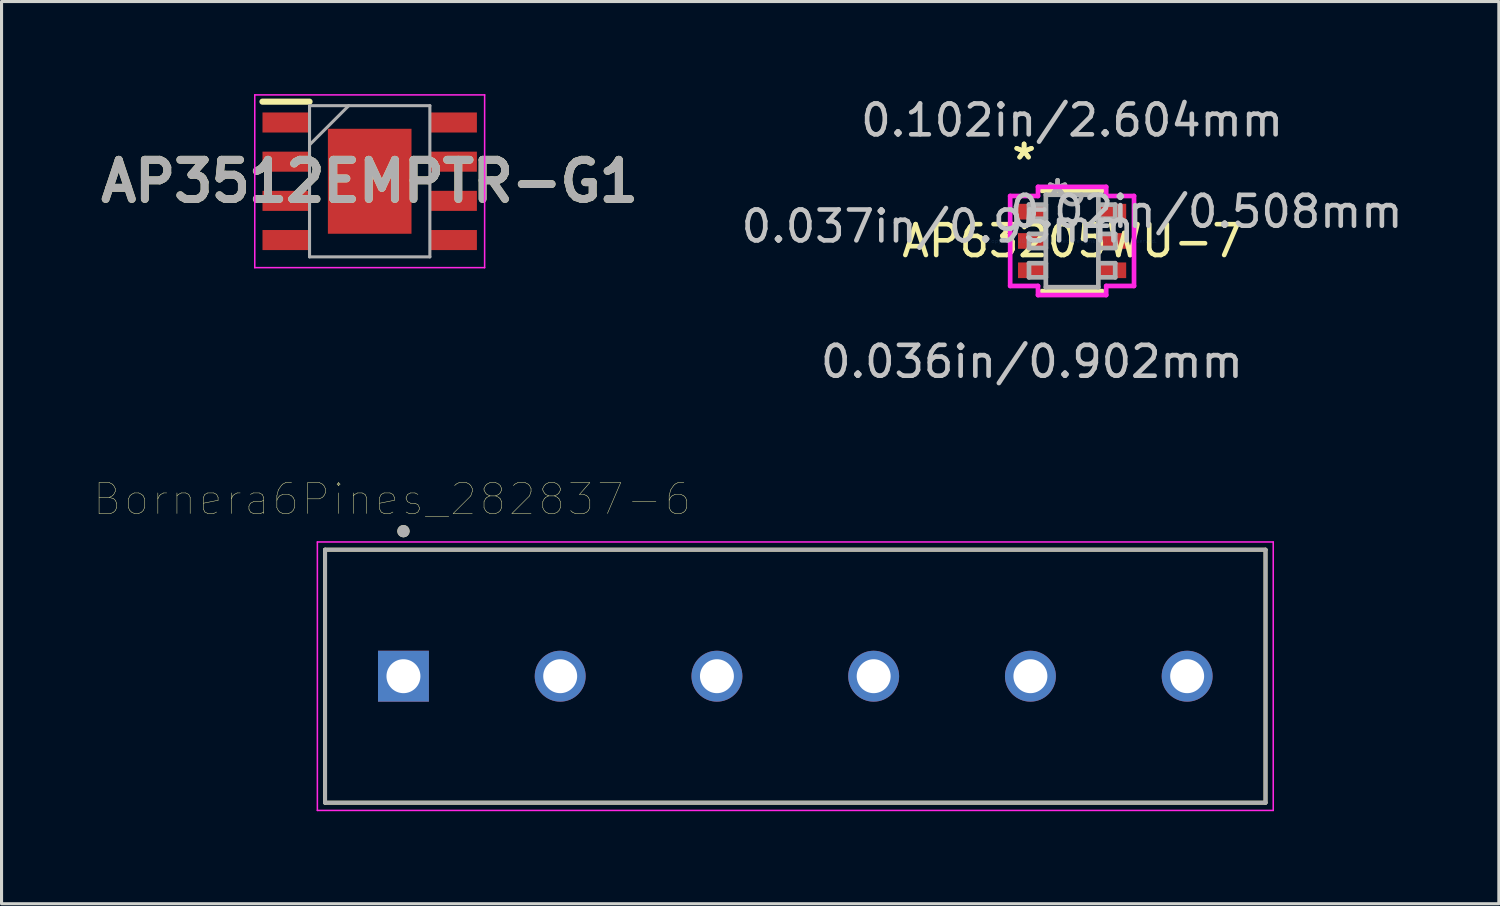
<source format=kicad_pcb>
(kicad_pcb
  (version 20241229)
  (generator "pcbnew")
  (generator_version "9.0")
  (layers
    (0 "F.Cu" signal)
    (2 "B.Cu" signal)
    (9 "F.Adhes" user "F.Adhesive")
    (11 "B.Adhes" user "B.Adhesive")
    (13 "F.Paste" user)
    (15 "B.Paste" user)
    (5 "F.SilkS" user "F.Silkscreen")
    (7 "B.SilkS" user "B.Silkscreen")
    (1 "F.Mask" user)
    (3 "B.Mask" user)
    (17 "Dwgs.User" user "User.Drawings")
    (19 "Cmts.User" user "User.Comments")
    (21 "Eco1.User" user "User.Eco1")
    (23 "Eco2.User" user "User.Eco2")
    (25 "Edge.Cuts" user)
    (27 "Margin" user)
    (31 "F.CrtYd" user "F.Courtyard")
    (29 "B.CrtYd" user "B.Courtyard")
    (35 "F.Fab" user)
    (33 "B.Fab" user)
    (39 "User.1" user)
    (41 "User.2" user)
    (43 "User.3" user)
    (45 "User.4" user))
  (footprint "AP3512EMPTR-G1"
    (layer "F.Cu")
    (at 8.932 2.825)
    (property "Reference" "AP3512EMPTR-G1" (at 0 0 0) (layer "F.SilkS") (effects (font (size 1.27 1.27) (thickness 0.254))))
    (attr smd)
    (fp_line (start -3.475 -2.58) (end -1.95 -2.58) (stroke (width 0.2) (type solid)) (layer "F.SilkS"))
    (fp_line (start -3.725 -2.8) (end 3.725 -2.8) (stroke (width 0.05) (type solid)) (layer "F.CrtYd"))
    (fp_line (start -3.725 2.8) (end -3.725 -2.8) (stroke (width 0.05) (type solid)) (layer "F.CrtYd"))
    (fp_line (start 3.725 -2.8) (end 3.725 2.8) (stroke (width 0.05) (type solid)) (layer "F.CrtYd"))
    (fp_line (start 3.725 2.8) (end -3.725 2.8) (stroke (width 0.05) (type solid)) (layer "F.CrtYd"))
    (fp_line (start -1.95 -2.45) (end 1.95 -2.45) (stroke (width 0.1) (type solid)) (layer "F.Fab"))
    (fp_line (start -1.95 -1.18) (end -0.68 -2.45) (stroke (width 0.1) (type solid)) (layer "F.Fab"))
    (fp_line (start -1.95 2.45) (end -1.95 -2.45) (stroke (width 0.1) (type solid)) (layer "F.Fab"))
    (fp_line (start 1.95 -2.45) (end 1.95 2.45) (stroke (width 0.1) (type solid)) (layer "F.Fab"))
    (fp_line (start 1.95 2.45) (end -1.95 2.45) (stroke (width 0.1) (type solid)) (layer "F.Fab"))
    (fp_text user "${REFERENCE}" (at 0 0 0) (layer "F.Fab") (effects (font (size 1.27 1.27) (thickness 0.254))))
    (pad "1" smd rect (at -2.712 -1.905 90) (size 0.65 1.525) (layers "F.Cu" "F.Mask" "F.Paste"))
    (pad "2" smd rect (at -2.712 -0.635 90) (size 0.65 1.525) (layers "F.Cu" "F.Mask" "F.Paste"))
    (pad "3" smd rect (at -2.712 0.635 90) (size 0.65 1.525) (layers "F.Cu" "F.Mask" "F.Paste"))
    (pad "4" smd rect (at -2.712 1.905 90) (size 0.65 1.525) (layers "F.Cu" "F.Mask" "F.Paste"))
    (pad "5" smd rect (at 2.712 1.905 90) (size 0.65 1.525) (layers "F.Cu" "F.Mask" "F.Paste"))
    (pad "6" smd rect (at 2.712 0.635 90) (size 0.65 1.525) (layers "F.Cu" "F.Mask" "F.Paste"))
    (pad "7" smd rect (at 2.712 -0.635 90) (size 0.65 1.525) (layers "F.Cu" "F.Mask" "F.Paste"))
    (pad "8" smd rect (at 2.712 -1.905 90) (size 0.65 1.525) (layers "F.Cu" "F.Mask" "F.Paste"))
    (pad "9" smd rect (at 0 0) (size 2.71 3.402) (layers "F.Cu" "F.Mask" "F.Paste")))
  (footprint "AP63205WU-7"
    (layer "F.Cu")
    (at 31.697 4.76)
    (property "Reference" "AP63205WU-7" (at 0 0 0) (layer "F.SilkS") (effects (font (size 1 1) (thickness 0.15))))
    (attr through_hole)
    (fp_line (start -0.978 1.626) (end 0.978 1.626) (stroke (width 0.152) (type solid)) (layer "F.SilkS"))
    (fp_line (start 0.978 -1.626) (end -0.978 -1.626) (stroke (width 0.152) (type solid)) (layer "F.SilkS"))
    (fp_line (start -2.007 -1.458) (end -1.105 -1.458) (stroke (width 0.152) (type solid)) (layer "F.CrtYd"))
    (fp_line (start -2.007 1.458) (end -2.007 -1.458) (stroke (width 0.152) (type solid)) (layer "F.CrtYd"))
    (fp_line (start -1.105 -1.753) (end 1.105 -1.753) (stroke (width 0.152) (type solid)) (layer "F.CrtYd"))
    (fp_line (start -1.105 -1.458) (end -1.105 -1.753) (stroke (width 0.152) (type solid)) (layer "F.CrtYd"))
    (fp_line (start -1.105 1.458) (end -2.007 1.458) (stroke (width 0.152) (type solid)) (layer "F.CrtYd"))
    (fp_line (start -1.105 1.753) (end -1.105 1.458) (stroke (width 0.152) (type solid)) (layer "F.CrtYd"))
    (fp_line (start 1.105 -1.753) (end 1.105 -1.458) (stroke (width 0.152) (type solid)) (layer "F.CrtYd"))
    (fp_line (start 1.105 -1.458) (end 2.007 -1.458) (stroke (width 0.152) (type solid)) (layer "F.CrtYd"))
    (fp_line (start 1.105 1.458) (end 1.105 1.753) (stroke (width 0.152) (type solid)) (layer "F.CrtYd"))
    (fp_line (start 1.105 1.753) (end -1.105 1.753) (stroke (width 0.152) (type solid)) (layer "F.CrtYd"))
    (fp_line (start 2.007 -1.458) (end 2.007 1.458) (stroke (width 0.152) (type solid)) (layer "F.CrtYd"))
    (fp_line (start 2.007 1.458) (end 1.105 1.458) (stroke (width 0.152) (type solid)) (layer "F.CrtYd"))
    (fp_line (start -1.397 -1.179) (end -1.397 -0.721) (stroke (width 0.152) (type solid)) (layer "F.Fab"))
    (fp_line (start -1.397 -0.721) (end -0.851 -0.721) (stroke (width 0.152) (type solid)) (layer "F.Fab"))
    (fp_line (start -1.397 -0.229) (end -1.397 0.229) (stroke (width 0.152) (type solid)) (layer "F.Fab"))
    (fp_line (start -1.397 0.229) (end -0.851 0.229) (stroke (width 0.152) (type solid)) (layer "F.Fab"))
    (fp_line (start -1.397 0.721) (end -1.397 1.179) (stroke (width 0.152) (type solid)) (layer "F.Fab"))
    (fp_line (start -1.397 1.179) (end -0.851 1.179) (stroke (width 0.152) (type solid)) (layer "F.Fab"))
    (fp_line (start -0.851 -1.499) (end -0.851 1.499) (stroke (width 0.152) (type solid)) (layer "F.Fab"))
    (fp_line (start -0.851 -1.179) (end -1.397 -1.179) (stroke (width 0.152) (type solid)) (layer "F.Fab"))
    (fp_line (start -0.851 -0.721) (end -0.851 -1.179) (stroke (width 0.152) (type solid)) (layer "F.Fab"))
    (fp_line (start -0.851 -0.229) (end -1.397 -0.229) (stroke (width 0.152) (type solid)) (layer "F.Fab"))
    (fp_line (start -0.851 0.229) (end -0.851 -0.229) (stroke (width 0.152) (type solid)) (layer "F.Fab"))
    (fp_line (start -0.851 0.721) (end -1.397 0.721) (stroke (width 0.152) (type solid)) (layer "F.Fab"))
    (fp_line (start -0.851 1.179) (end -0.851 0.721) (stroke (width 0.152) (type solid)) (layer "F.Fab"))
    (fp_line (start -0.851 1.499) (end 0.851 1.499) (stroke (width 0.152) (type solid)) (layer "F.Fab"))
    (fp_line (start 0.851 -1.499) (end -0.851 -1.499) (stroke (width 0.152) (type solid)) (layer "F.Fab"))
    (fp_line (start 0.851 -1.179) (end 0.851 -0.721) (stroke (width 0.152) (type solid)) (layer "F.Fab"))
    (fp_line (start 0.851 -0.721) (end 1.397 -0.721) (stroke (width 0.152) (type solid)) (layer "F.Fab"))
    (fp_line (start 0.851 -0.229) (end 0.851 0.229) (stroke (width 0.152) (type solid)) (layer "F.Fab"))
    (fp_line (start 0.851 0.229) (end 1.397 0.229) (stroke (width 0.152) (type solid)) (layer "F.Fab"))
    (fp_line (start 0.851 0.721) (end 0.851 1.179) (stroke (width 0.152) (type solid)) (layer "F.Fab"))
    (fp_line (start 0.851 1.179) (end 1.397 1.179) (stroke (width 0.152) (type solid)) (layer "F.Fab"))
    (fp_line (start 0.851 1.499) (end 0.851 -1.499) (stroke (width 0.152) (type solid)) (layer "F.Fab"))
    (fp_line (start 1.397 -1.179) (end 0.851 -1.179) (stroke (width 0.152) (type solid)) (layer "F.Fab"))
    (fp_line (start 1.397 -0.721) (end 1.397 -1.179) (stroke (width 0.152) (type solid)) (layer "F.Fab"))
    (fp_line (start 1.397 -0.229) (end 0.851 -0.229) (stroke (width 0.152) (type solid)) (layer "F.Fab"))
    (fp_line (start 1.397 0.229) (end 1.397 -0.229) (stroke (width 0.152) (type solid)) (layer "F.Fab"))
    (fp_line (start 1.397 0.721) (end 0.851 0.721) (stroke (width 0.152) (type solid)) (layer "F.Fab"))
    (fp_line (start 1.397 1.179) (end 1.397 0.721) (stroke (width 0.152) (type solid)) (layer "F.Fab"))
    (fp_arc (start 0.3048 -1.4986) (mid 0 -1.1938) (end -0.3048 -1.4986) (stroke (width 0.1524) (type solid)) (layer "F.Fab"))
    (fp_text user "*" (at -1.556 -2.601 0) (layer "F.SilkS") (effects (font (size 1 1) (thickness 0.15))))
    (fp_text user "*" (at -1.556 -2.601 0) (layer "F.SilkS") (effects (font (size 1 1) (thickness 0.15))))
    (fp_text user "0.02in/0.508mm" (at 4.35 -0.95 0) (layer "Dwgs.User") (effects (font (size 1 1) (thickness 0.15))))
    (fp_text user "0.102in/2.604mm" (at 0 -3.912 0) (layer "Dwgs.User") (effects (font (size 1 1) (thickness 0.15))))
    (fp_text user "0.037in/0.95mm" (at -4.35 -0.475 0) (layer "Dwgs.User") (effects (font (size 1 1) (thickness 0.15))))
    (fp_text user "0.036in/0.902mm" (at -1.302 3.912 0) (layer "Dwgs.User") (effects (font (size 1 1) (thickness 0.15))))
    (fp_text user "Copyright 2016 Accelerated Designs. All rights reserved." (at 0 0 0) (layer "Cmts.User") (effects (font (size 0.127 0.127) (thickness 0.002))))
    (fp_text user "*" (at -0.47 -1.422 0) (layer "F.Fab") (effects (font (size 1 1) (thickness 0.15))))
    (fp_text user "*" (at -0.47 -1.422 0) (layer "F.Fab") (effects (font (size 1 1) (thickness 0.15))))
    (pad "1" smd rect (at -1.302 -0.95) (size 0.902 0.508) (layers "F.Cu" "F.Mask" "F.Paste"))
    (pad "2" smd rect (at -1.302 0) (size 0.902 0.508) (layers "F.Cu" "F.Mask" "F.Paste"))
    (pad "3" smd rect (at -1.302 0.95) (size 0.902 0.508) (layers "F.Cu" "F.Mask" "F.Paste"))
    (pad "4" smd rect (at 1.302 0.95) (size 0.902 0.508) (layers "F.Cu" "F.Mask" "F.Paste"))
    (pad "5" smd rect (at 1.302 0) (size 0.902 0.508) (layers "F.Cu" "F.Mask" "F.Paste"))
    (pad "6" smd rect (at 1.302 -0.95) (size 0.902 0.508) (layers "F.Cu" "F.Mask" "F.Paste")))
  (footprint "Bornera6Pines_282837-6"
    (layer "F.Cu")
    (at 22.726 18.866)
    (property "Reference" "Bornera6Pines_282837-6" (at -13.065 -5.735 0) (layer "F.SilkS") (effects (font (size 1 1) (thickness 0.015))))
    (attr through_hole)
    (fp_line (start -15.24 -4.1) (end 15.24 -4.1) (stroke (width 0.127) (type solid)) (layer "F.SilkS"))
    (fp_line (start -15.24 4.1) (end -15.24 -4.1) (stroke (width 0.127) (type solid)) (layer "F.SilkS"))
    (fp_line (start 15.24 -4.1) (end 15.24 4.1) (stroke (width 0.127) (type solid)) (layer "F.SilkS"))
    (fp_line (start 15.24 4.1) (end -15.24 4.1) (stroke (width 0.127) (type solid)) (layer "F.SilkS"))
    (fp_circle (center -12.7 -4.7) (end -12.6 -4.7) (stroke (width 0.2) (type solid)) (fill no) (layer "F.SilkS"))
    (fp_line (start -15.49 -4.35) (end 15.49 -4.35) (stroke (width 0.05) (type solid)) (layer "F.CrtYd"))
    (fp_line (start -15.49 4.35) (end -15.49 -4.35) (stroke (width 0.05) (type solid)) (layer "F.CrtYd"))
    (fp_line (start 15.49 -4.35) (end 15.49 4.35) (stroke (width 0.05) (type solid)) (layer "F.CrtYd"))
    (fp_line (start 15.49 4.35) (end -15.49 4.35) (stroke (width 0.05) (type solid)) (layer "F.CrtYd"))
    (fp_line (start -15.24 -4.1) (end 15.24 -4.1) (stroke (width 0.127) (type solid)) (layer "F.Fab"))
    (fp_line (start -15.24 4.1) (end -15.24 -4.1) (stroke (width 0.127) (type solid)) (layer "F.Fab"))
    (fp_line (start 15.24 -4.1) (end 15.24 4.1) (stroke (width 0.127) (type solid)) (layer "F.Fab"))
    (fp_line (start 15.24 4.1) (end -15.24 4.1) (stroke (width 0.127) (type solid)) (layer "F.Fab"))
    (fp_circle (center -12.7 -4.7) (end -12.6 -4.7) (stroke (width 0.2) (type solid)) (fill no) (layer "F.Fab"))
    (pad "1" thru_hole rect (at -12.7 0) (size 1.65 1.65) (drill 1.1) (layers "*.Cu" "*.Mask"))
    (pad "2" thru_hole circle (at -7.62 0) (size 1.65 1.65) (drill 1.1) (layers "*.Cu" "*.Mask"))
    (pad "3" thru_hole circle (at -2.54 0) (size 1.65 1.65) (drill 1.1) (layers "*.Cu" "*.Mask"))
    (pad "4" thru_hole circle (at 2.54 0) (size 1.65 1.65) (drill 1.1) (layers "*.Cu" "*.Mask"))
    (pad "5" thru_hole circle (at 7.62 0) (size 1.65 1.65) (drill 1.1) (layers "*.Cu" "*.Mask"))
    (pad "6" thru_hole circle (at 12.7 0) (size 1.65 1.65) (drill 1.1) (layers "*.Cu" "*.Mask")))
  (gr_rect
    (start -3 -3)
    (end 45.528 26.241)
    (stroke (width 0.1) (type default))
    (fill no)
    (layer "Edge.Cuts")))
</source>
